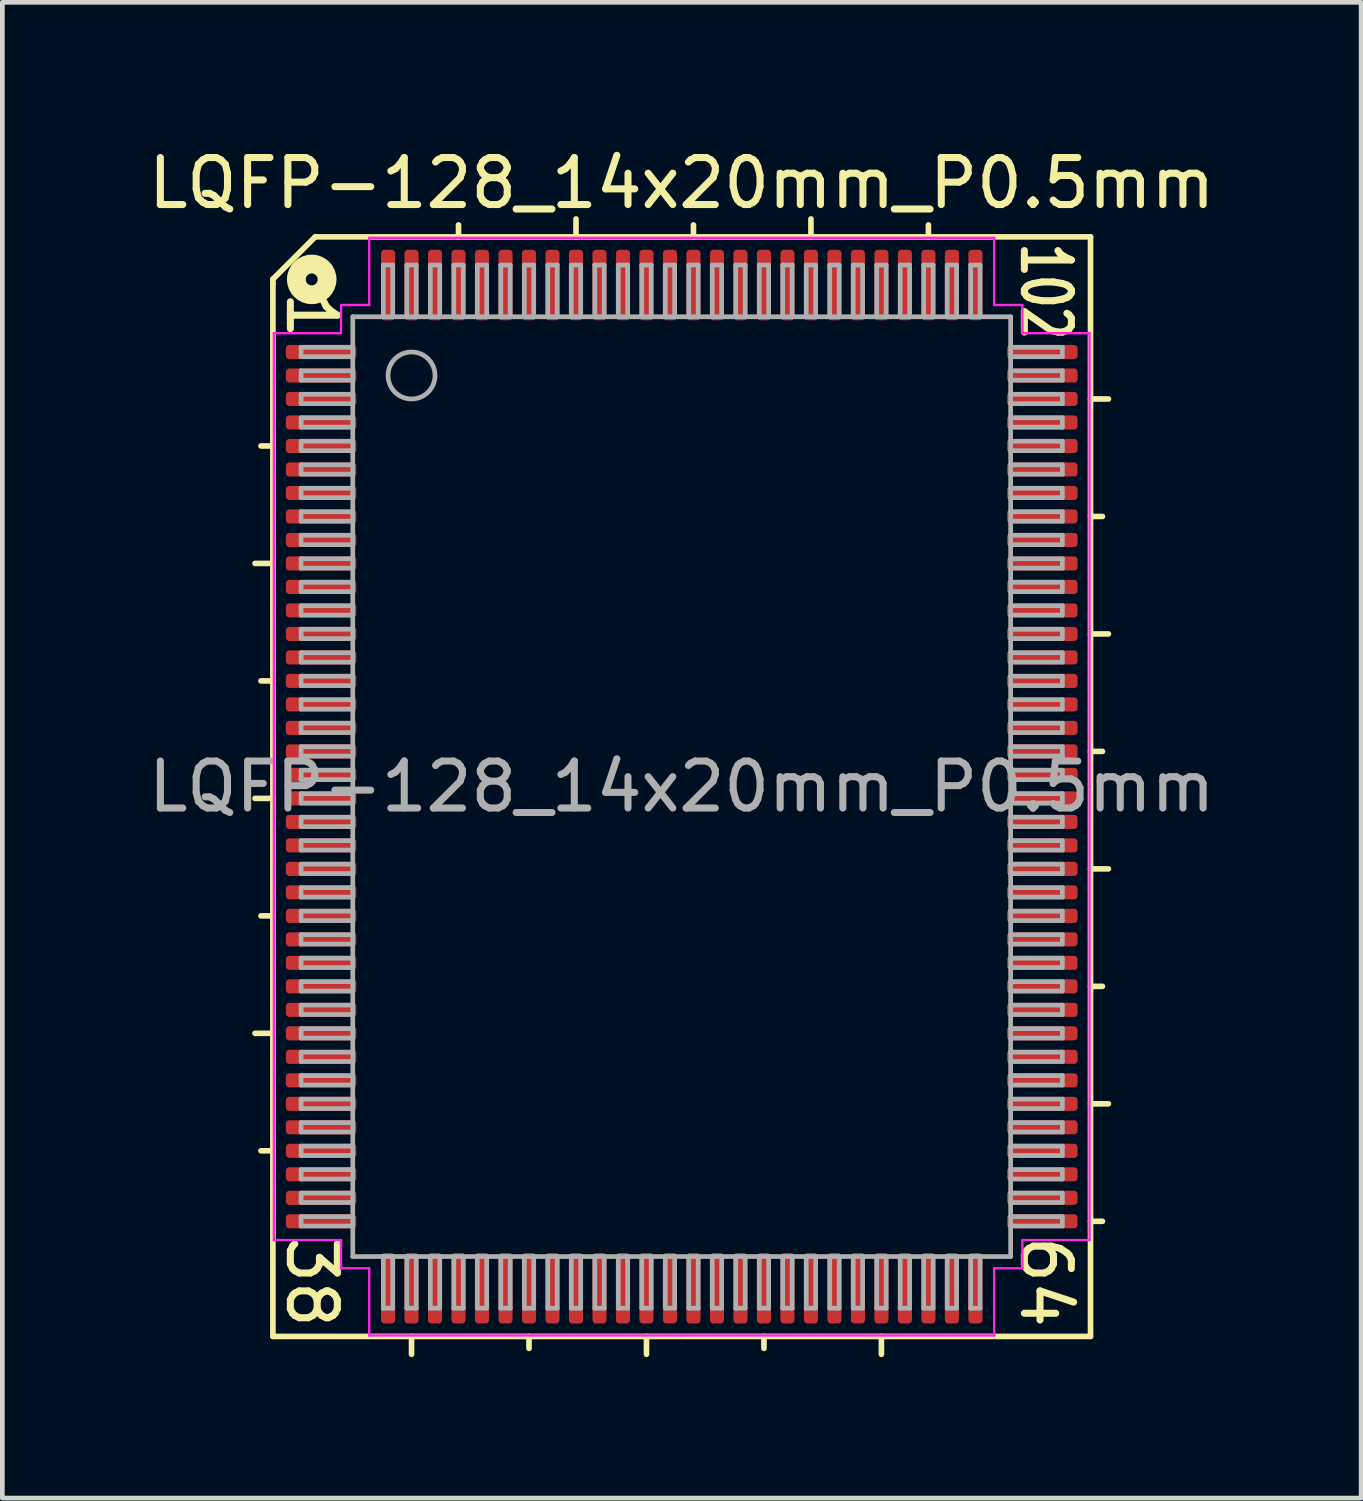
<source format=kicad_pcb>
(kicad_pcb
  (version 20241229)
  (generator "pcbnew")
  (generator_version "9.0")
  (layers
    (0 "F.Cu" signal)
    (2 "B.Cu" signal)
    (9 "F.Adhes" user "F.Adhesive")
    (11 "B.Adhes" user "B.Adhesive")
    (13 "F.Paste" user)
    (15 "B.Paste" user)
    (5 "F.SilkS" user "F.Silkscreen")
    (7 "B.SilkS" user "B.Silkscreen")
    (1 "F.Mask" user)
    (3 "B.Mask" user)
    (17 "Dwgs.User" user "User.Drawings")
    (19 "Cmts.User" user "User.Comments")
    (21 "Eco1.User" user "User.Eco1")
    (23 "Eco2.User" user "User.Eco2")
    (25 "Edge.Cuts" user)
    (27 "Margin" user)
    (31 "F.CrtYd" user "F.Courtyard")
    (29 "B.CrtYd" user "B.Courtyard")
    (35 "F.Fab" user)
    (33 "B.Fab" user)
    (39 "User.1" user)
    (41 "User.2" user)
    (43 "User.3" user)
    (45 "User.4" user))
  (footprint "LQFP-128_14x20mm_P0.5mm"
    (layer "F.Cu")
    (at 11.458 13.691)
    (property "Reference" "LQFP-128_14x20mm_P0.5mm" (at 0 -12.843 0) (layer "F.SilkS") (effects (font (size 1 1) (thickness 0.15))))
    (attr smd)
    (fp_line (start -9.081 -4.75) (end -8.7 -4.75) (stroke (width 0.12) (type solid)) (layer "F.SilkS"))
    (fp_line (start -9.081 0.25) (end -8.7 0.25) (stroke (width 0.12) (type solid)) (layer "F.SilkS"))
    (fp_line (start -9.081 5.25) (end -8.7 5.25) (stroke (width 0.12) (type solid)) (layer "F.SilkS"))
    (fp_line (start -8.954 -2.25) (end -8.7 -2.25) (stroke (width 0.12) (type solid)) (layer "F.SilkS"))
    (fp_line (start -8.954 2.75) (end -8.7 2.75) (stroke (width 0.12) (type solid)) (layer "F.SilkS"))
    (fp_line (start -8.954 7.75) (end -8.7 7.75) (stroke (width 0.12) (type solid)) (layer "F.SilkS"))
    (fp_line (start -8.7 -10.8) (end -8.7 -10.7) (stroke (width 0.12) (type solid)) (layer "F.SilkS"))
    (fp_line (start -8.7 -10.7) (end -8.7 11.7) (stroke (width 0.12) (type solid)) (layer "F.SilkS"))
    (fp_line (start -8.7 -7.25) (end -8.954 -7.25) (stroke (width 0.12) (type solid)) (layer "F.SilkS"))
    (fp_line (start -8.7 11.7) (end 8.7 11.7) (stroke (width 0.12) (type solid)) (layer "F.SilkS"))
    (fp_line (start -7.8 -11.7) (end -8.7 -10.8) (stroke (width 0.12) (type solid)) (layer "F.SilkS"))
    (fp_line (start -5.75 12.081) (end -5.75 11.7) (stroke (width 0.12) (type solid)) (layer "F.SilkS"))
    (fp_line (start -4.75 -11.954) (end -4.75 -11.7) (stroke (width 0.12) (type solid)) (layer "F.SilkS"))
    (fp_line (start -3.25 11.954) (end -3.25 11.7) (stroke (width 0.12) (type solid)) (layer "F.SilkS"))
    (fp_line (start -2.25 -12.081) (end -2.25 -11.7) (stroke (width 0.12) (type solid)) (layer "F.SilkS"))
    (fp_line (start -0.75 12.081) (end -0.75 11.7) (stroke (width 0.12) (type solid)) (layer "F.SilkS"))
    (fp_line (start 0.25 -11.954) (end 0.25 -11.7) (stroke (width 0.12) (type solid)) (layer "F.SilkS"))
    (fp_line (start 1.75 11.954) (end 1.75 11.7) (stroke (width 0.12) (type solid)) (layer "F.SilkS"))
    (fp_line (start 2.75 -12.081) (end 2.75 -11.7) (stroke (width 0.12) (type solid)) (layer "F.SilkS"))
    (fp_line (start 4.25 12.081) (end 4.25 11.7) (stroke (width 0.12) (type solid)) (layer "F.SilkS"))
    (fp_line (start 5.25 -11.954) (end 5.25 -11.7) (stroke (width 0.12) (type solid)) (layer "F.SilkS"))
    (fp_line (start 8.7 -11.7) (end -7.8 -11.7) (stroke (width 0.12) (type solid)) (layer "F.SilkS"))
    (fp_line (start 8.7 11.7) (end 8.7 -11.7) (stroke (width 0.12) (type solid)) (layer "F.SilkS"))
    (fp_line (start 8.954 -5.75) (end 8.7 -5.75) (stroke (width 0.12) (type solid)) (layer "F.SilkS"))
    (fp_line (start 8.954 -0.75) (end 8.7 -0.75) (stroke (width 0.12) (type solid)) (layer "F.SilkS"))
    (fp_line (start 8.954 4.25) (end 8.7 4.25) (stroke (width 0.12) (type solid)) (layer "F.SilkS"))
    (fp_line (start 8.954 9.25) (end 8.7 9.25) (stroke (width 0.12) (type solid)) (layer "F.SilkS"))
    (fp_line (start 9.081 -8.25) (end 8.7 -8.25) (stroke (width 0.12) (type solid)) (layer "F.SilkS"))
    (fp_line (start 9.081 -3.25) (end 8.7 -3.25) (stroke (width 0.12) (type solid)) (layer "F.SilkS"))
    (fp_line (start 9.081 1.75) (end 8.7 1.75) (stroke (width 0.12) (type solid)) (layer "F.SilkS"))
    (fp_line (start 9.081 6.75) (end 8.7 6.75) (stroke (width 0.12) (type solid)) (layer "F.SilkS"))
    (fp_circle (center -7.874 -10.795) (end -7.747 -10.795) (stroke (width 0.4) (type solid)) (fill no) (layer "F.SilkS"))
    (fp_line (start -8.68 -9.65) (end -8.68 0) (stroke (width 0.05) (type solid)) (layer "F.CrtYd"))
    (fp_line (start -8.68 9.65) (end -8.68 0) (stroke (width 0.05) (type solid)) (layer "F.CrtYd"))
    (fp_line (start -7.25 -10.25) (end -7.25 -9.65) (stroke (width 0.05) (type solid)) (layer "F.CrtYd"))
    (fp_line (start -7.25 -9.65) (end -8.68 -9.65) (stroke (width 0.05) (type solid)) (layer "F.CrtYd"))
    (fp_line (start -7.25 9.65) (end -8.68 9.65) (stroke (width 0.05) (type solid)) (layer "F.CrtYd"))
    (fp_line (start -7.25 10.25) (end -7.25 9.65) (stroke (width 0.05) (type solid)) (layer "F.CrtYd"))
    (fp_line (start -6.65 -11.68) (end -6.65 -10.25) (stroke (width 0.05) (type solid)) (layer "F.CrtYd"))
    (fp_line (start -6.65 -10.25) (end -7.25 -10.25) (stroke (width 0.05) (type solid)) (layer "F.CrtYd"))
    (fp_line (start -6.65 10.25) (end -7.25 10.25) (stroke (width 0.05) (type solid)) (layer "F.CrtYd"))
    (fp_line (start -6.65 11.68) (end -6.65 10.25) (stroke (width 0.05) (type solid)) (layer "F.CrtYd"))
    (fp_line (start 0 -11.68) (end -6.65 -11.68) (stroke (width 0.05) (type solid)) (layer "F.CrtYd"))
    (fp_line (start 0 -11.68) (end 6.65 -11.68) (stroke (width 0.05) (type solid)) (layer "F.CrtYd"))
    (fp_line (start 0 11.68) (end -6.65 11.68) (stroke (width 0.05) (type solid)) (layer "F.CrtYd"))
    (fp_line (start 0 11.68) (end 6.65 11.68) (stroke (width 0.05) (type solid)) (layer "F.CrtYd"))
    (fp_line (start 6.65 -11.68) (end 6.65 -10.25) (stroke (width 0.05) (type solid)) (layer "F.CrtYd"))
    (fp_line (start 6.65 -10.25) (end 7.25 -10.25) (stroke (width 0.05) (type solid)) (layer "F.CrtYd"))
    (fp_line (start 6.65 10.25) (end 7.25 10.25) (stroke (width 0.05) (type solid)) (layer "F.CrtYd"))
    (fp_line (start 6.65 11.68) (end 6.65 10.25) (stroke (width 0.05) (type solid)) (layer "F.CrtYd"))
    (fp_line (start 7.25 -10.25) (end 7.25 -9.65) (stroke (width 0.05) (type solid)) (layer "F.CrtYd"))
    (fp_line (start 7.25 -9.65) (end 8.68 -9.65) (stroke (width 0.05) (type solid)) (layer "F.CrtYd"))
    (fp_line (start 7.25 9.65) (end 8.68 9.65) (stroke (width 0.05) (type solid)) (layer "F.CrtYd"))
    (fp_line (start 7.25 10.25) (end 7.25 9.65) (stroke (width 0.05) (type solid)) (layer "F.CrtYd"))
    (fp_line (start 8.68 -9.65) (end 8.68 0) (stroke (width 0.05) (type solid)) (layer "F.CrtYd"))
    (fp_line (start 8.68 9.65) (end 8.68 0) (stroke (width 0.05) (type solid)) (layer "F.CrtYd"))
    (fp_line (start -8.1 -9.35) (end -8.1 -9.15) (stroke (width 0.1) (type solid)) (layer "F.Fab"))
    (fp_line (start -8.1 -9.35) (end -7 -9.35) (stroke (width 0.1) (type solid)) (layer "F.Fab"))
    (fp_line (start -8.1 -9.15) (end -7 -9.15) (stroke (width 0.1) (type solid)) (layer "F.Fab"))
    (fp_line (start -8.1 -8.85) (end -8.1 -8.65) (stroke (width 0.1) (type solid)) (layer "F.Fab"))
    (fp_line (start -8.1 -8.85) (end -7 -8.85) (stroke (width 0.1) (type solid)) (layer "F.Fab"))
    (fp_line (start -8.1 -8.65) (end -7 -8.65) (stroke (width 0.1) (type solid)) (layer "F.Fab"))
    (fp_line (start -8.1 -8.35) (end -8.1 -8.15) (stroke (width 0.1) (type solid)) (layer "F.Fab"))
    (fp_line (start -8.1 -8.35) (end -7 -8.35) (stroke (width 0.1) (type solid)) (layer "F.Fab"))
    (fp_line (start -8.1 -8.15) (end -7 -8.15) (stroke (width 0.1) (type solid)) (layer "F.Fab"))
    (fp_line (start -8.1 -7.85) (end -8.1 -7.65) (stroke (width 0.1) (type solid)) (layer "F.Fab"))
    (fp_line (start -8.1 -7.85) (end -7 -7.85) (stroke (width 0.1) (type solid)) (layer "F.Fab"))
    (fp_line (start -8.1 -7.65) (end -7 -7.65) (stroke (width 0.1) (type solid)) (layer "F.Fab"))
    (fp_line (start -8.1 -7.35) (end -8.1 -7.15) (stroke (width 0.1) (type solid)) (layer "F.Fab"))
    (fp_line (start -8.1 -7.35) (end -7 -7.35) (stroke (width 0.1) (type solid)) (layer "F.Fab"))
    (fp_line (start -8.1 -7.15) (end -7 -7.15) (stroke (width 0.1) (type solid)) (layer "F.Fab"))
    (fp_line (start -8.1 -6.85) (end -8.1 -6.65) (stroke (width 0.1) (type solid)) (layer "F.Fab"))
    (fp_line (start -8.1 -6.85) (end -7 -6.85) (stroke (width 0.1) (type solid)) (layer "F.Fab"))
    (fp_line (start -8.1 -6.65) (end -7 -6.65) (stroke (width 0.1) (type solid)) (layer "F.Fab"))
    (fp_line (start -8.1 -6.35) (end -8.1 -6.15) (stroke (width 0.1) (type solid)) (layer "F.Fab"))
    (fp_line (start -8.1 -6.35) (end -7 -6.35) (stroke (width 0.1) (type solid)) (layer "F.Fab"))
    (fp_line (start -8.1 -6.15) (end -7 -6.15) (stroke (width 0.1) (type solid)) (layer "F.Fab"))
    (fp_line (start -8.1 -5.85) (end -8.1 -5.65) (stroke (width 0.1) (type solid)) (layer "F.Fab"))
    (fp_line (start -8.1 -5.85) (end -7 -5.85) (stroke (width 0.1) (type solid)) (layer "F.Fab"))
    (fp_line (start -8.1 -5.65) (end -7 -5.65) (stroke (width 0.1) (type solid)) (layer "F.Fab"))
    (fp_line (start -8.1 -5.35) (end -8.1 -5.15) (stroke (width 0.1) (type solid)) (layer "F.Fab"))
    (fp_line (start -8.1 -5.35) (end -7 -5.35) (stroke (width 0.1) (type solid)) (layer "F.Fab"))
    (fp_line (start -8.1 -5.15) (end -7 -5.15) (stroke (width 0.1) (type solid)) (layer "F.Fab"))
    (fp_line (start -8.1 -4.85) (end -8.1 -4.65) (stroke (width 0.1) (type solid)) (layer "F.Fab"))
    (fp_line (start -8.1 -4.85) (end -7 -4.85) (stroke (width 0.1) (type solid)) (layer "F.Fab"))
    (fp_line (start -8.1 -4.65) (end -7 -4.65) (stroke (width 0.1) (type solid)) (layer "F.Fab"))
    (fp_line (start -8.1 -4.35) (end -8.1 -4.15) (stroke (width 0.1) (type solid)) (layer "F.Fab"))
    (fp_line (start -8.1 -4.35) (end -7 -4.35) (stroke (width 0.1) (type solid)) (layer "F.Fab"))
    (fp_line (start -8.1 -4.15) (end -7 -4.15) (stroke (width 0.1) (type solid)) (layer "F.Fab"))
    (fp_line (start -8.1 -3.85) (end -8.1 -3.65) (stroke (width 0.1) (type solid)) (layer "F.Fab"))
    (fp_line (start -8.1 -3.85) (end -7 -3.85) (stroke (width 0.1) (type solid)) (layer "F.Fab"))
    (fp_line (start -8.1 -3.65) (end -7 -3.65) (stroke (width 0.1) (type solid)) (layer "F.Fab"))
    (fp_line (start -8.1 -3.35) (end -8.1 -3.15) (stroke (width 0.1) (type solid)) (layer "F.Fab"))
    (fp_line (start -8.1 -3.35) (end -7 -3.35) (stroke (width 0.1) (type solid)) (layer "F.Fab"))
    (fp_line (start -8.1 -3.15) (end -7 -3.15) (stroke (width 0.1) (type solid)) (layer "F.Fab"))
    (fp_line (start -8.1 -2.85) (end -8.1 -2.65) (stroke (width 0.1) (type solid)) (layer "F.Fab"))
    (fp_line (start -8.1 -2.85) (end -7 -2.85) (stroke (width 0.1) (type solid)) (layer "F.Fab"))
    (fp_line (start -8.1 -2.65) (end -7 -2.65) (stroke (width 0.1) (type solid)) (layer "F.Fab"))
    (fp_line (start -8.1 -2.35) (end -8.1 -2.15) (stroke (width 0.1) (type solid)) (layer "F.Fab"))
    (fp_line (start -8.1 -2.35) (end -7 -2.35) (stroke (width 0.1) (type solid)) (layer "F.Fab"))
    (fp_line (start -8.1 -2.15) (end -7 -2.15) (stroke (width 0.1) (type solid)) (layer "F.Fab"))
    (fp_line (start -8.1 -1.85) (end -8.1 -1.65) (stroke (width 0.1) (type solid)) (layer "F.Fab"))
    (fp_line (start -8.1 -1.85) (end -7 -1.85) (stroke (width 0.1) (type solid)) (layer "F.Fab"))
    (fp_line (start -8.1 -1.65) (end -7 -1.65) (stroke (width 0.1) (type solid)) (layer "F.Fab"))
    (fp_line (start -8.1 -1.35) (end -8.1 -1.15) (stroke (width 0.1) (type solid)) (layer "F.Fab"))
    (fp_line (start -8.1 -1.35) (end -7 -1.35) (stroke (width 0.1) (type solid)) (layer "F.Fab"))
    (fp_line (start -8.1 -1.15) (end -7 -1.15) (stroke (width 0.1) (type solid)) (layer "F.Fab"))
    (fp_line (start -8.1 -0.85) (end -8.1 -0.65) (stroke (width 0.1) (type solid)) (layer "F.Fab"))
    (fp_line (start -8.1 -0.85) (end -7 -0.85) (stroke (width 0.1) (type solid)) (layer "F.Fab"))
    (fp_line (start -8.1 -0.65) (end -7 -0.65) (stroke (width 0.1) (type solid)) (layer "F.Fab"))
    (fp_line (start -8.1 -0.35) (end -8.1 -0.15) (stroke (width 0.1) (type solid)) (layer "F.Fab"))
    (fp_line (start -8.1 -0.35) (end -7 -0.35) (stroke (width 0.1) (type solid)) (layer "F.Fab"))
    (fp_line (start -8.1 -0.15) (end -7 -0.15) (stroke (width 0.1) (type solid)) (layer "F.Fab"))
    (fp_line (start -8.1 0.15) (end -8.1 0.35) (stroke (width 0.1) (type solid)) (layer "F.Fab"))
    (fp_line (start -8.1 0.15) (end -7 0.15) (stroke (width 0.1) (type solid)) (layer "F.Fab"))
    (fp_line (start -8.1 0.35) (end -7 0.35) (stroke (width 0.1) (type solid)) (layer "F.Fab"))
    (fp_line (start -8.1 0.65) (end -8.1 0.85) (stroke (width 0.1) (type solid)) (layer "F.Fab"))
    (fp_line (start -8.1 0.65) (end -7 0.65) (stroke (width 0.1) (type solid)) (layer "F.Fab"))
    (fp_line (start -8.1 0.85) (end -7 0.85) (stroke (width 0.1) (type solid)) (layer "F.Fab"))
    (fp_line (start -8.1 1.15) (end -8.1 1.35) (stroke (width 0.1) (type solid)) (layer "F.Fab"))
    (fp_line (start -8.1 1.15) (end -7 1.15) (stroke (width 0.1) (type solid)) (layer "F.Fab"))
    (fp_line (start -8.1 1.35) (end -7 1.35) (stroke (width 0.1) (type solid)) (layer "F.Fab"))
    (fp_line (start -8.1 1.65) (end -8.1 1.85) (stroke (width 0.1) (type solid)) (layer "F.Fab"))
    (fp_line (start -8.1 1.65) (end -7 1.65) (stroke (width 0.1) (type solid)) (layer "F.Fab"))
    (fp_line (start -8.1 1.85) (end -7 1.85) (stroke (width 0.1) (type solid)) (layer "F.Fab"))
    (fp_line (start -8.1 2.15) (end -8.1 2.35) (stroke (width 0.1) (type solid)) (layer "F.Fab"))
    (fp_line (start -8.1 2.15) (end -7 2.15) (stroke (width 0.1) (type solid)) (layer "F.Fab"))
    (fp_line (start -8.1 2.35) (end -7 2.35) (stroke (width 0.1) (type solid)) (layer "F.Fab"))
    (fp_line (start -8.1 2.65) (end -8.1 2.85) (stroke (width 0.1) (type solid)) (layer "F.Fab"))
    (fp_line (start -8.1 2.65) (end -7 2.65) (stroke (width 0.1) (type solid)) (layer "F.Fab"))
    (fp_line (start -8.1 2.85) (end -7 2.85) (stroke (width 0.1) (type solid)) (layer "F.Fab"))
    (fp_line (start -8.1 3.15) (end -8.1 3.35) (stroke (width 0.1) (type solid)) (layer "F.Fab"))
    (fp_line (start -8.1 3.15) (end -7 3.15) (stroke (width 0.1) (type solid)) (layer "F.Fab"))
    (fp_line (start -8.1 3.35) (end -7 3.35) (stroke (width 0.1) (type solid)) (layer "F.Fab"))
    (fp_line (start -8.1 3.65) (end -8.1 3.85) (stroke (width 0.1) (type solid)) (layer "F.Fab"))
    (fp_line (start -8.1 3.65) (end -7 3.65) (stroke (width 0.1) (type solid)) (layer "F.Fab"))
    (fp_line (start -8.1 3.85) (end -7 3.85) (stroke (width 0.1) (type solid)) (layer "F.Fab"))
    (fp_line (start -8.1 4.15) (end -8.1 4.35) (stroke (width 0.1) (type solid)) (layer "F.Fab"))
    (fp_line (start -8.1 4.15) (end -7 4.15) (stroke (width 0.1) (type solid)) (layer "F.Fab"))
    (fp_line (start -8.1 4.35) (end -7 4.35) (stroke (width 0.1) (type solid)) (layer "F.Fab"))
    (fp_line (start -8.1 4.65) (end -8.1 4.85) (stroke (width 0.1) (type solid)) (layer "F.Fab"))
    (fp_line (start -8.1 4.65) (end -7 4.65) (stroke (width 0.1) (type solid)) (layer "F.Fab"))
    (fp_line (start -8.1 4.85) (end -7 4.85) (stroke (width 0.1) (type solid)) (layer "F.Fab"))
    (fp_line (start -8.1 5.15) (end -8.1 5.35) (stroke (width 0.1) (type solid)) (layer "F.Fab"))
    (fp_line (start -8.1 5.15) (end -7 5.15) (stroke (width 0.1) (type solid)) (layer "F.Fab"))
    (fp_line (start -8.1 5.35) (end -7 5.35) (stroke (width 0.1) (type solid)) (layer "F.Fab"))
    (fp_line (start -8.1 5.65) (end -8.1 5.85) (stroke (width 0.1) (type solid)) (layer "F.Fab"))
    (fp_line (start -8.1 5.65) (end -7 5.65) (stroke (width 0.1) (type solid)) (layer "F.Fab"))
    (fp_line (start -8.1 5.85) (end -7 5.85) (stroke (width 0.1) (type solid)) (layer "F.Fab"))
    (fp_line (start -8.1 6.15) (end -8.1 6.35) (stroke (width 0.1) (type solid)) (layer "F.Fab"))
    (fp_line (start -8.1 6.15) (end -7 6.15) (stroke (width 0.1) (type solid)) (layer "F.Fab"))
    (fp_line (start -8.1 6.35) (end -7 6.35) (stroke (width 0.1) (type solid)) (layer "F.Fab"))
    (fp_line (start -8.1 6.65) (end -8.1 6.85) (stroke (width 0.1) (type solid)) (layer "F.Fab"))
    (fp_line (start -8.1 6.65) (end -7 6.65) (stroke (width 0.1) (type solid)) (layer "F.Fab"))
    (fp_line (start -8.1 6.85) (end -7 6.85) (stroke (width 0.1) (type solid)) (layer "F.Fab"))
    (fp_line (start -8.1 7.15) (end -8.1 7.35) (stroke (width 0.1) (type solid)) (layer "F.Fab"))
    (fp_line (start -8.1 7.15) (end -7 7.15) (stroke (width 0.1) (type solid)) (layer "F.Fab"))
    (fp_line (start -8.1 7.35) (end -7 7.35) (stroke (width 0.1) (type solid)) (layer "F.Fab"))
    (fp_line (start -8.1 7.65) (end -8.1 7.85) (stroke (width 0.1) (type solid)) (layer "F.Fab"))
    (fp_line (start -8.1 7.65) (end -7 7.65) (stroke (width 0.1) (type solid)) (layer "F.Fab"))
    (fp_line (start -8.1 7.85) (end -7 7.85) (stroke (width 0.1) (type solid)) (layer "F.Fab"))
    (fp_line (start -8.1 8.15) (end -8.1 8.35) (stroke (width 0.1) (type solid)) (layer "F.Fab"))
    (fp_line (start -8.1 8.15) (end -7 8.15) (stroke (width 0.1) (type solid)) (layer "F.Fab"))
    (fp_line (start -8.1 8.35) (end -7 8.35) (stroke (width 0.1) (type solid)) (layer "F.Fab"))
    (fp_line (start -8.1 8.65) (end -8.1 8.85) (stroke (width 0.1) (type solid)) (layer "F.Fab"))
    (fp_line (start -8.1 8.65) (end -7 8.65) (stroke (width 0.1) (type solid)) (layer "F.Fab"))
    (fp_line (start -8.1 8.85) (end -7 8.85) (stroke (width 0.1) (type solid)) (layer "F.Fab"))
    (fp_line (start -8.1 9.15) (end -8.1 9.35) (stroke (width 0.1) (type solid)) (layer "F.Fab"))
    (fp_line (start -8.1 9.15) (end -7 9.15) (stroke (width 0.1) (type solid)) (layer "F.Fab"))
    (fp_line (start -8.1 9.35) (end -7 9.35) (stroke (width 0.1) (type solid)) (layer "F.Fab"))
    (fp_line (start -7 -10) (end 7 -10) (stroke (width 0.1) (type solid)) (layer "F.Fab"))
    (fp_line (start -7 10) (end -7 -10) (stroke (width 0.1) (type solid)) (layer "F.Fab"))
    (fp_line (start -6.35 -11.1) (end -6.35 -10) (stroke (width 0.1) (type solid)) (layer "F.Fab"))
    (fp_line (start -6.35 11.1) (end -6.35 10) (stroke (width 0.1) (type solid)) (layer "F.Fab"))
    (fp_line (start -6.35 11.1) (end -6.15 11.1) (stroke (width 0.1) (type solid)) (layer "F.Fab"))
    (fp_line (start -6.15 -11.1) (end -6.35 -11.1) (stroke (width 0.1) (type solid)) (layer "F.Fab"))
    (fp_line (start -6.15 -11.1) (end -6.15 -10) (stroke (width 0.1) (type solid)) (layer "F.Fab"))
    (fp_line (start -6.15 11.1) (end -6.15 10) (stroke (width 0.1) (type solid)) (layer "F.Fab"))
    (fp_line (start -5.85 -11.1) (end -5.85 -10) (stroke (width 0.1) (type solid)) (layer "F.Fab"))
    (fp_line (start -5.85 11.1) (end -5.85 10) (stroke (width 0.1) (type solid)) (layer "F.Fab"))
    (fp_line (start -5.85 11.1) (end -5.65 11.1) (stroke (width 0.1) (type solid)) (layer "F.Fab"))
    (fp_line (start -5.65 -11.1) (end -5.85 -11.1) (stroke (width 0.1) (type solid)) (layer "F.Fab"))
    (fp_line (start -5.65 -11.1) (end -5.65 -10) (stroke (width 0.1) (type solid)) (layer "F.Fab"))
    (fp_line (start -5.65 11.1) (end -5.65 10) (stroke (width 0.1) (type solid)) (layer "F.Fab"))
    (fp_line (start -5.35 -11.1) (end -5.35 -10) (stroke (width 0.1) (type solid)) (layer "F.Fab"))
    (fp_line (start -5.35 11.1) (end -5.35 10) (stroke (width 0.1) (type solid)) (layer "F.Fab"))
    (fp_line (start -5.35 11.1) (end -5.15 11.1) (stroke (width 0.1) (type solid)) (layer "F.Fab"))
    (fp_line (start -5.15 -11.1) (end -5.35 -11.1) (stroke (width 0.1) (type solid)) (layer "F.Fab"))
    (fp_line (start -5.15 -11.1) (end -5.15 -10) (stroke (width 0.1) (type solid)) (layer "F.Fab"))
    (fp_line (start -5.15 11.1) (end -5.15 10) (stroke (width 0.1) (type solid)) (layer "F.Fab"))
    (fp_line (start -4.85 -11.1) (end -4.85 -10) (stroke (width 0.1) (type solid)) (layer "F.Fab"))
    (fp_line (start -4.85 11.1) (end -4.85 10) (stroke (width 0.1) (type solid)) (layer "F.Fab"))
    (fp_line (start -4.85 11.1) (end -4.65 11.1) (stroke (width 0.1) (type solid)) (layer "F.Fab"))
    (fp_line (start -4.65 -11.1) (end -4.85 -11.1) (stroke (width 0.1) (type solid)) (layer "F.Fab"))
    (fp_line (start -4.65 -11.1) (end -4.65 -10) (stroke (width 0.1) (type solid)) (layer "F.Fab"))
    (fp_line (start -4.65 11.1) (end -4.65 10) (stroke (width 0.1) (type solid)) (layer "F.Fab"))
    (fp_line (start -4.35 -11.1) (end -4.35 -10) (stroke (width 0.1) (type solid)) (layer "F.Fab"))
    (fp_line (start -4.35 11.1) (end -4.35 10) (stroke (width 0.1) (type solid)) (layer "F.Fab"))
    (fp_line (start -4.35 11.1) (end -4.15 11.1) (stroke (width 0.1) (type solid)) (layer "F.Fab"))
    (fp_line (start -4.15 -11.1) (end -4.35 -11.1) (stroke (width 0.1) (type solid)) (layer "F.Fab"))
    (fp_line (start -4.15 -11.1) (end -4.15 -10) (stroke (width 0.1) (type solid)) (layer "F.Fab"))
    (fp_line (start -4.15 11.1) (end -4.15 10) (stroke (width 0.1) (type solid)) (layer "F.Fab"))
    (fp_line (start -3.85 -11.1) (end -3.85 -10) (stroke (width 0.1) (type solid)) (layer "F.Fab"))
    (fp_line (start -3.85 11.1) (end -3.85 10) (stroke (width 0.1) (type solid)) (layer "F.Fab"))
    (fp_line (start -3.85 11.1) (end -3.65 11.1) (stroke (width 0.1) (type solid)) (layer "F.Fab"))
    (fp_line (start -3.65 -11.1) (end -3.85 -11.1) (stroke (width 0.1) (type solid)) (layer "F.Fab"))
    (fp_line (start -3.65 -11.1) (end -3.65 -10) (stroke (width 0.1) (type solid)) (layer "F.Fab"))
    (fp_line (start -3.65 11.1) (end -3.65 10) (stroke (width 0.1) (type solid)) (layer "F.Fab"))
    (fp_line (start -3.35 -11.1) (end -3.35 -10) (stroke (width 0.1) (type solid)) (layer "F.Fab"))
    (fp_line (start -3.35 11.1) (end -3.35 10) (stroke (width 0.1) (type solid)) (layer "F.Fab"))
    (fp_line (start -3.35 11.1) (end -3.15 11.1) (stroke (width 0.1) (type solid)) (layer "F.Fab"))
    (fp_line (start -3.15 -11.1) (end -3.35 -11.1) (stroke (width 0.1) (type solid)) (layer "F.Fab"))
    (fp_line (start -3.15 -11.1) (end -3.15 -10) (stroke (width 0.1) (type solid)) (layer "F.Fab"))
    (fp_line (start -3.15 11.1) (end -3.15 10) (stroke (width 0.1) (type solid)) (layer "F.Fab"))
    (fp_line (start -2.85 -11.1) (end -2.85 -10) (stroke (width 0.1) (type solid)) (layer "F.Fab"))
    (fp_line (start -2.85 11.1) (end -2.85 10) (stroke (width 0.1) (type solid)) (layer "F.Fab"))
    (fp_line (start -2.85 11.1) (end -2.65 11.1) (stroke (width 0.1) (type solid)) (layer "F.Fab"))
    (fp_line (start -2.65 -11.1) (end -2.85 -11.1) (stroke (width 0.1) (type solid)) (layer "F.Fab"))
    (fp_line (start -2.65 -11.1) (end -2.65 -10) (stroke (width 0.1) (type solid)) (layer "F.Fab"))
    (fp_line (start -2.65 11.1) (end -2.65 10) (stroke (width 0.1) (type solid)) (layer "F.Fab"))
    (fp_line (start -2.35 -11.1) (end -2.35 -10) (stroke (width 0.1) (type solid)) (layer "F.Fab"))
    (fp_line (start -2.35 11.1) (end -2.35 10) (stroke (width 0.1) (type solid)) (layer "F.Fab"))
    (fp_line (start -2.35 11.1) (end -2.15 11.1) (stroke (width 0.1) (type solid)) (layer "F.Fab"))
    (fp_line (start -2.15 -11.1) (end -2.35 -11.1) (stroke (width 0.1) (type solid)) (layer "F.Fab"))
    (fp_line (start -2.15 -11.1) (end -2.15 -10) (stroke (width 0.1) (type solid)) (layer "F.Fab"))
    (fp_line (start -2.15 11.1) (end -2.15 10) (stroke (width 0.1) (type solid)) (layer "F.Fab"))
    (fp_line (start -1.85 -11.1) (end -1.85 -10) (stroke (width 0.1) (type solid)) (layer "F.Fab"))
    (fp_line (start -1.85 11.1) (end -1.85 10) (stroke (width 0.1) (type solid)) (layer "F.Fab"))
    (fp_line (start -1.85 11.1) (end -1.65 11.1) (stroke (width 0.1) (type solid)) (layer "F.Fab"))
    (fp_line (start -1.65 -11.1) (end -1.85 -11.1) (stroke (width 0.1) (type solid)) (layer "F.Fab"))
    (fp_line (start -1.65 -11.1) (end -1.65 -10) (stroke (width 0.1) (type solid)) (layer "F.Fab"))
    (fp_line (start -1.65 11.1) (end -1.65 10) (stroke (width 0.1) (type solid)) (layer "F.Fab"))
    (fp_line (start -1.35 -11.1) (end -1.35 -10) (stroke (width 0.1) (type solid)) (layer "F.Fab"))
    (fp_line (start -1.35 11.1) (end -1.35 10) (stroke (width 0.1) (type solid)) (layer "F.Fab"))
    (fp_line (start -1.35 11.1) (end -1.15 11.1) (stroke (width 0.1) (type solid)) (layer "F.Fab"))
    (fp_line (start -1.15 -11.1) (end -1.35 -11.1) (stroke (width 0.1) (type solid)) (layer "F.Fab"))
    (fp_line (start -1.15 -11.1) (end -1.15 -10) (stroke (width 0.1) (type solid)) (layer "F.Fab"))
    (fp_line (start -1.15 11.1) (end -1.15 10) (stroke (width 0.1) (type solid)) (layer "F.Fab"))
    (fp_line (start -0.85 -11.1) (end -0.85 -10) (stroke (width 0.1) (type solid)) (layer "F.Fab"))
    (fp_line (start -0.85 11.1) (end -0.85 10) (stroke (width 0.1) (type solid)) (layer "F.Fab"))
    (fp_line (start -0.85 11.1) (end -0.65 11.1) (stroke (width 0.1) (type solid)) (layer "F.Fab"))
    (fp_line (start -0.65 -11.1) (end -0.85 -11.1) (stroke (width 0.1) (type solid)) (layer "F.Fab"))
    (fp_line (start -0.65 -11.1) (end -0.65 -10) (stroke (width 0.1) (type solid)) (layer "F.Fab"))
    (fp_line (start -0.65 11.1) (end -0.65 10) (stroke (width 0.1) (type solid)) (layer "F.Fab"))
    (fp_line (start -0.35 -11.1) (end -0.35 -10) (stroke (width 0.1) (type solid)) (layer "F.Fab"))
    (fp_line (start -0.35 11.1) (end -0.35 10) (stroke (width 0.1) (type solid)) (layer "F.Fab"))
    (fp_line (start -0.35 11.1) (end -0.15 11.1) (stroke (width 0.1) (type solid)) (layer "F.Fab"))
    (fp_line (start -0.15 -11.1) (end -0.35 -11.1) (stroke (width 0.1) (type solid)) (layer "F.Fab"))
    (fp_line (start -0.15 -11.1) (end -0.15 -10) (stroke (width 0.1) (type solid)) (layer "F.Fab"))
    (fp_line (start -0.15 11.1) (end -0.15 10) (stroke (width 0.1) (type solid)) (layer "F.Fab"))
    (fp_line (start 0.15 -11.1) (end 0.15 -10) (stroke (width 0.1) (type solid)) (layer "F.Fab"))
    (fp_line (start 0.15 11.1) (end 0.15 10) (stroke (width 0.1) (type solid)) (layer "F.Fab"))
    (fp_line (start 0.15 11.1) (end 0.35 11.1) (stroke (width 0.1) (type solid)) (layer "F.Fab"))
    (fp_line (start 0.35 -11.1) (end 0.15 -11.1) (stroke (width 0.1) (type solid)) (layer "F.Fab"))
    (fp_line (start 0.35 -11.1) (end 0.35 -10) (stroke (width 0.1) (type solid)) (layer "F.Fab"))
    (fp_line (start 0.35 11.1) (end 0.35 10) (stroke (width 0.1) (type solid)) (layer "F.Fab"))
    (fp_line (start 0.65 -11.1) (end 0.65 -10) (stroke (width 0.1) (type solid)) (layer "F.Fab"))
    (fp_line (start 0.65 11.1) (end 0.65 10) (stroke (width 0.1) (type solid)) (layer "F.Fab"))
    (fp_line (start 0.65 11.1) (end 0.85 11.1) (stroke (width 0.1) (type solid)) (layer "F.Fab"))
    (fp_line (start 0.85 -11.1) (end 0.65 -11.1) (stroke (width 0.1) (type solid)) (layer "F.Fab"))
    (fp_line (start 0.85 -11.1) (end 0.85 -10) (stroke (width 0.1) (type solid)) (layer "F.Fab"))
    (fp_line (start 0.85 11.1) (end 0.85 10) (stroke (width 0.1) (type solid)) (layer "F.Fab"))
    (fp_line (start 1.15 -11.1) (end 1.15 -10) (stroke (width 0.1) (type solid)) (layer "F.Fab"))
    (fp_line (start 1.15 11.1) (end 1.15 10) (stroke (width 0.1) (type solid)) (layer "F.Fab"))
    (fp_line (start 1.15 11.1) (end 1.35 11.1) (stroke (width 0.1) (type solid)) (layer "F.Fab"))
    (fp_line (start 1.35 -11.1) (end 1.15 -11.1) (stroke (width 0.1) (type solid)) (layer "F.Fab"))
    (fp_line (start 1.35 -11.1) (end 1.35 -10) (stroke (width 0.1) (type solid)) (layer "F.Fab"))
    (fp_line (start 1.35 11.1) (end 1.35 10) (stroke (width 0.1) (type solid)) (layer "F.Fab"))
    (fp_line (start 1.65 -11.1) (end 1.65 -10) (stroke (width 0.1) (type solid)) (layer "F.Fab"))
    (fp_line (start 1.65 11.1) (end 1.65 10) (stroke (width 0.1) (type solid)) (layer "F.Fab"))
    (fp_line (start 1.65 11.1) (end 1.85 11.1) (stroke (width 0.1) (type solid)) (layer "F.Fab"))
    (fp_line (start 1.85 -11.1) (end 1.65 -11.1) (stroke (width 0.1) (type solid)) (layer "F.Fab"))
    (fp_line (start 1.85 -11.1) (end 1.85 -10) (stroke (width 0.1) (type solid)) (layer "F.Fab"))
    (fp_line (start 1.85 11.1) (end 1.85 10) (stroke (width 0.1) (type solid)) (layer "F.Fab"))
    (fp_line (start 2.15 -11.1) (end 2.15 -10) (stroke (width 0.1) (type solid)) (layer "F.Fab"))
    (fp_line (start 2.15 11.1) (end 2.15 10) (stroke (width 0.1) (type solid)) (layer "F.Fab"))
    (fp_line (start 2.15 11.1) (end 2.35 11.1) (stroke (width 0.1) (type solid)) (layer "F.Fab"))
    (fp_line (start 2.35 -11.1) (end 2.15 -11.1) (stroke (width 0.1) (type solid)) (layer "F.Fab"))
    (fp_line (start 2.35 -11.1) (end 2.35 -10) (stroke (width 0.1) (type solid)) (layer "F.Fab"))
    (fp_line (start 2.35 11.1) (end 2.35 10) (stroke (width 0.1) (type solid)) (layer "F.Fab"))
    (fp_line (start 2.65 -11.1) (end 2.65 -10) (stroke (width 0.1) (type solid)) (layer "F.Fab"))
    (fp_line (start 2.65 11.1) (end 2.65 10) (stroke (width 0.1) (type solid)) (layer "F.Fab"))
    (fp_line (start 2.65 11.1) (end 2.85 11.1) (stroke (width 0.1) (type solid)) (layer "F.Fab"))
    (fp_line (start 2.85 -11.1) (end 2.65 -11.1) (stroke (width 0.1) (type solid)) (layer "F.Fab"))
    (fp_line (start 2.85 -11.1) (end 2.85 -10) (stroke (width 0.1) (type solid)) (layer "F.Fab"))
    (fp_line (start 2.85 11.1) (end 2.85 10) (stroke (width 0.1) (type solid)) (layer "F.Fab"))
    (fp_line (start 3.15 -11.1) (end 3.15 -10) (stroke (width 0.1) (type solid)) (layer "F.Fab"))
    (fp_line (start 3.15 11.1) (end 3.15 10) (stroke (width 0.1) (type solid)) (layer "F.Fab"))
    (fp_line (start 3.15 11.1) (end 3.35 11.1) (stroke (width 0.1) (type solid)) (layer "F.Fab"))
    (fp_line (start 3.35 -11.1) (end 3.15 -11.1) (stroke (width 0.1) (type solid)) (layer "F.Fab"))
    (fp_line (start 3.35 -11.1) (end 3.35 -10) (stroke (width 0.1) (type solid)) (layer "F.Fab"))
    (fp_line (start 3.35 11.1) (end 3.35 10) (stroke (width 0.1) (type solid)) (layer "F.Fab"))
    (fp_line (start 3.65 -11.1) (end 3.65 -10) (stroke (width 0.1) (type solid)) (layer "F.Fab"))
    (fp_line (start 3.65 11.1) (end 3.65 10) (stroke (width 0.1) (type solid)) (layer "F.Fab"))
    (fp_line (start 3.65 11.1) (end 3.85 11.1) (stroke (width 0.1) (type solid)) (layer "F.Fab"))
    (fp_line (start 3.85 -11.1) (end 3.65 -11.1) (stroke (width 0.1) (type solid)) (layer "F.Fab"))
    (fp_line (start 3.85 -11.1) (end 3.85 -10) (stroke (width 0.1) (type solid)) (layer "F.Fab"))
    (fp_line (start 3.85 11.1) (end 3.85 10) (stroke (width 0.1) (type solid)) (layer "F.Fab"))
    (fp_line (start 4.15 -11.1) (end 4.15 -10) (stroke (width 0.1) (type solid)) (layer "F.Fab"))
    (fp_line (start 4.15 11.1) (end 4.15 10) (stroke (width 0.1) (type solid)) (layer "F.Fab"))
    (fp_line (start 4.15 11.1) (end 4.35 11.1) (stroke (width 0.1) (type solid)) (layer "F.Fab"))
    (fp_line (start 4.35 -11.1) (end 4.15 -11.1) (stroke (width 0.1) (type solid)) (layer "F.Fab"))
    (fp_line (start 4.35 -11.1) (end 4.35 -10) (stroke (width 0.1) (type solid)) (layer "F.Fab"))
    (fp_line (start 4.35 11.1) (end 4.35 10) (stroke (width 0.1) (type solid)) (layer "F.Fab"))
    (fp_line (start 4.65 -11.1) (end 4.65 -10) (stroke (width 0.1) (type solid)) (layer "F.Fab"))
    (fp_line (start 4.65 11.1) (end 4.65 10) (stroke (width 0.1) (type solid)) (layer "F.Fab"))
    (fp_line (start 4.65 11.1) (end 4.85 11.1) (stroke (width 0.1) (type solid)) (layer "F.Fab"))
    (fp_line (start 4.85 -11.1) (end 4.65 -11.1) (stroke (width 0.1) (type solid)) (layer "F.Fab"))
    (fp_line (start 4.85 -11.1) (end 4.85 -10) (stroke (width 0.1) (type solid)) (layer "F.Fab"))
    (fp_line (start 4.85 11.1) (end 4.85 10) (stroke (width 0.1) (type solid)) (layer "F.Fab"))
    (fp_line (start 5.15 -11.1) (end 5.15 -10) (stroke (width 0.1) (type solid)) (layer "F.Fab"))
    (fp_line (start 5.15 11.1) (end 5.15 10) (stroke (width 0.1) (type solid)) (layer "F.Fab"))
    (fp_line (start 5.15 11.1) (end 5.35 11.1) (stroke (width 0.1) (type solid)) (layer "F.Fab"))
    (fp_line (start 5.35 -11.1) (end 5.15 -11.1) (stroke (width 0.1) (type solid)) (layer "F.Fab"))
    (fp_line (start 5.35 -11.1) (end 5.35 -10) (stroke (width 0.1) (type solid)) (layer "F.Fab"))
    (fp_line (start 5.35 11.1) (end 5.35 10) (stroke (width 0.1) (type solid)) (layer "F.Fab"))
    (fp_line (start 5.65 -11.1) (end 5.65 -10) (stroke (width 0.1) (type solid)) (layer "F.Fab"))
    (fp_line (start 5.65 11.1) (end 5.65 10) (stroke (width 0.1) (type solid)) (layer "F.Fab"))
    (fp_line (start 5.65 11.1) (end 5.85 11.1) (stroke (width 0.1) (type solid)) (layer "F.Fab"))
    (fp_line (start 5.85 -11.1) (end 5.65 -11.1) (stroke (width 0.1) (type solid)) (layer "F.Fab"))
    (fp_line (start 5.85 -11.1) (end 5.85 -10) (stroke (width 0.1) (type solid)) (layer "F.Fab"))
    (fp_line (start 5.85 11.1) (end 5.85 10) (stroke (width 0.1) (type solid)) (layer "F.Fab"))
    (fp_line (start 6.15 -11.1) (end 6.15 -10) (stroke (width 0.1) (type solid)) (layer "F.Fab"))
    (fp_line (start 6.15 11.1) (end 6.15 10) (stroke (width 0.1) (type solid)) (layer "F.Fab"))
    (fp_line (start 6.15 11.1) (end 6.35 11.1) (stroke (width 0.1) (type solid)) (layer "F.Fab"))
    (fp_line (start 6.35 -11.1) (end 6.15 -11.1) (stroke (width 0.1) (type solid)) (layer "F.Fab"))
    (fp_line (start 6.35 -11.1) (end 6.35 -10) (stroke (width 0.1) (type solid)) (layer "F.Fab"))
    (fp_line (start 6.35 11.1) (end 6.35 10) (stroke (width 0.1) (type solid)) (layer "F.Fab"))
    (fp_line (start 7 -10) (end 7 10) (stroke (width 0.1) (type solid)) (layer "F.Fab"))
    (fp_line (start 7 10) (end -7 10) (stroke (width 0.1) (type solid)) (layer "F.Fab"))
    (fp_line (start 8.1 -9.35) (end 7 -9.35) (stroke (width 0.1) (type solid)) (layer "F.Fab"))
    (fp_line (start 8.1 -9.15) (end 7 -9.15) (stroke (width 0.1) (type solid)) (layer "F.Fab"))
    (fp_line (start 8.1 -9.15) (end 8.1 -9.35) (stroke (width 0.1) (type solid)) (layer "F.Fab"))
    (fp_line (start 8.1 -8.85) (end 7 -8.85) (stroke (width 0.1) (type solid)) (layer "F.Fab"))
    (fp_line (start 8.1 -8.65) (end 7 -8.65) (stroke (width 0.1) (type solid)) (layer "F.Fab"))
    (fp_line (start 8.1 -8.65) (end 8.1 -8.85) (stroke (width 0.1) (type solid)) (layer "F.Fab"))
    (fp_line (start 8.1 -8.35) (end 7 -8.35) (stroke (width 0.1) (type solid)) (layer "F.Fab"))
    (fp_line (start 8.1 -8.15) (end 7 -8.15) (stroke (width 0.1) (type solid)) (layer "F.Fab"))
    (fp_line (start 8.1 -8.15) (end 8.1 -8.35) (stroke (width 0.1) (type solid)) (layer "F.Fab"))
    (fp_line (start 8.1 -7.85) (end 7 -7.85) (stroke (width 0.1) (type solid)) (layer "F.Fab"))
    (fp_line (start 8.1 -7.65) (end 7 -7.65) (stroke (width 0.1) (type solid)) (layer "F.Fab"))
    (fp_line (start 8.1 -7.65) (end 8.1 -7.85) (stroke (width 0.1) (type solid)) (layer "F.Fab"))
    (fp_line (start 8.1 -7.35) (end 7 -7.35) (stroke (width 0.1) (type solid)) (layer "F.Fab"))
    (fp_line (start 8.1 -7.15) (end 7 -7.15) (stroke (width 0.1) (type solid)) (layer "F.Fab"))
    (fp_line (start 8.1 -7.15) (end 8.1 -7.35) (stroke (width 0.1) (type solid)) (layer "F.Fab"))
    (fp_line (start 8.1 -6.85) (end 7 -6.85) (stroke (width 0.1) (type solid)) (layer "F.Fab"))
    (fp_line (start 8.1 -6.65) (end 7 -6.65) (stroke (width 0.1) (type solid)) (layer "F.Fab"))
    (fp_line (start 8.1 -6.65) (end 8.1 -6.85) (stroke (width 0.1) (type solid)) (layer "F.Fab"))
    (fp_line (start 8.1 -6.35) (end 7 -6.35) (stroke (width 0.1) (type solid)) (layer "F.Fab"))
    (fp_line (start 8.1 -6.15) (end 7 -6.15) (stroke (width 0.1) (type solid)) (layer "F.Fab"))
    (fp_line (start 8.1 -6.15) (end 8.1 -6.35) (stroke (width 0.1) (type solid)) (layer "F.Fab"))
    (fp_line (start 8.1 -5.85) (end 7 -5.85) (stroke (width 0.1) (type solid)) (layer "F.Fab"))
    (fp_line (start 8.1 -5.65) (end 7 -5.65) (stroke (width 0.1) (type solid)) (layer "F.Fab"))
    (fp_line (start 8.1 -5.65) (end 8.1 -5.85) (stroke (width 0.1) (type solid)) (layer "F.Fab"))
    (fp_line (start 8.1 -5.35) (end 7 -5.35) (stroke (width 0.1) (type solid)) (layer "F.Fab"))
    (fp_line (start 8.1 -5.15) (end 7 -5.15) (stroke (width 0.1) (type solid)) (layer "F.Fab"))
    (fp_line (start 8.1 -5.15) (end 8.1 -5.35) (stroke (width 0.1) (type solid)) (layer "F.Fab"))
    (fp_line (start 8.1 -4.85) (end 7 -4.85) (stroke (width 0.1) (type solid)) (layer "F.Fab"))
    (fp_line (start 8.1 -4.65) (end 7 -4.65) (stroke (width 0.1) (type solid)) (layer "F.Fab"))
    (fp_line (start 8.1 -4.65) (end 8.1 -4.85) (stroke (width 0.1) (type solid)) (layer "F.Fab"))
    (fp_line (start 8.1 -4.35) (end 7 -4.35) (stroke (width 0.1) (type solid)) (layer "F.Fab"))
    (fp_line (start 8.1 -4.15) (end 7 -4.15) (stroke (width 0.1) (type solid)) (layer "F.Fab"))
    (fp_line (start 8.1 -4.15) (end 8.1 -4.35) (stroke (width 0.1) (type solid)) (layer "F.Fab"))
    (fp_line (start 8.1 -3.85) (end 7 -3.85) (stroke (width 0.1) (type solid)) (layer "F.Fab"))
    (fp_line (start 8.1 -3.65) (end 7 -3.65) (stroke (width 0.1) (type solid)) (layer "F.Fab"))
    (fp_line (start 8.1 -3.65) (end 8.1 -3.85) (stroke (width 0.1) (type solid)) (layer "F.Fab"))
    (fp_line (start 8.1 -3.35) (end 7 -3.35) (stroke (width 0.1) (type solid)) (layer "F.Fab"))
    (fp_line (start 8.1 -3.15) (end 7 -3.15) (stroke (width 0.1) (type solid)) (layer "F.Fab"))
    (fp_line (start 8.1 -3.15) (end 8.1 -3.35) (stroke (width 0.1) (type solid)) (layer "F.Fab"))
    (fp_line (start 8.1 -2.85) (end 7 -2.85) (stroke (width 0.1) (type solid)) (layer "F.Fab"))
    (fp_line (start 8.1 -2.65) (end 7 -2.65) (stroke (width 0.1) (type solid)) (layer "F.Fab"))
    (fp_line (start 8.1 -2.65) (end 8.1 -2.85) (stroke (width 0.1) (type solid)) (layer "F.Fab"))
    (fp_line (start 8.1 -2.35) (end 7 -2.35) (stroke (width 0.1) (type solid)) (layer "F.Fab"))
    (fp_line (start 8.1 -2.15) (end 7 -2.15) (stroke (width 0.1) (type solid)) (layer "F.Fab"))
    (fp_line (start 8.1 -2.15) (end 8.1 -2.35) (stroke (width 0.1) (type solid)) (layer "F.Fab"))
    (fp_line (start 8.1 -1.85) (end 7 -1.85) (stroke (width 0.1) (type solid)) (layer "F.Fab"))
    (fp_line (start 8.1 -1.65) (end 7 -1.65) (stroke (width 0.1) (type solid)) (layer "F.Fab"))
    (fp_line (start 8.1 -1.65) (end 8.1 -1.85) (stroke (width 0.1) (type solid)) (layer "F.Fab"))
    (fp_line (start 8.1 -1.35) (end 7 -1.35) (stroke (width 0.1) (type solid)) (layer "F.Fab"))
    (fp_line (start 8.1 -1.15) (end 7 -1.15) (stroke (width 0.1) (type solid)) (layer "F.Fab"))
    (fp_line (start 8.1 -1.15) (end 8.1 -1.35) (stroke (width 0.1) (type solid)) (layer "F.Fab"))
    (fp_line (start 8.1 -0.85) (end 7 -0.85) (stroke (width 0.1) (type solid)) (layer "F.Fab"))
    (fp_line (start 8.1 -0.65) (end 7 -0.65) (stroke (width 0.1) (type solid)) (layer "F.Fab"))
    (fp_line (start 8.1 -0.65) (end 8.1 -0.85) (stroke (width 0.1) (type solid)) (layer "F.Fab"))
    (fp_line (start 8.1 -0.35) (end 7 -0.35) (stroke (width 0.1) (type solid)) (layer "F.Fab"))
    (fp_line (start 8.1 -0.15) (end 7 -0.15) (stroke (width 0.1) (type solid)) (layer "F.Fab"))
    (fp_line (start 8.1 -0.15) (end 8.1 -0.35) (stroke (width 0.1) (type solid)) (layer "F.Fab"))
    (fp_line (start 8.1 0.15) (end 7 0.15) (stroke (width 0.1) (type solid)) (layer "F.Fab"))
    (fp_line (start 8.1 0.35) (end 7 0.35) (stroke (width 0.1) (type solid)) (layer "F.Fab"))
    (fp_line (start 8.1 0.35) (end 8.1 0.15) (stroke (width 0.1) (type solid)) (layer "F.Fab"))
    (fp_line (start 8.1 0.65) (end 7 0.65) (stroke (width 0.1) (type solid)) (layer "F.Fab"))
    (fp_line (start 8.1 0.85) (end 7 0.85) (stroke (width 0.1) (type solid)) (layer "F.Fab"))
    (fp_line (start 8.1 0.85) (end 8.1 0.65) (stroke (width 0.1) (type solid)) (layer "F.Fab"))
    (fp_line (start 8.1 1.15) (end 7 1.15) (stroke (width 0.1) (type solid)) (layer "F.Fab"))
    (fp_line (start 8.1 1.35) (end 7 1.35) (stroke (width 0.1) (type solid)) (layer "F.Fab"))
    (fp_line (start 8.1 1.35) (end 8.1 1.15) (stroke (width 0.1) (type solid)) (layer "F.Fab"))
    (fp_line (start 8.1 1.65) (end 7 1.65) (stroke (width 0.1) (type solid)) (layer "F.Fab"))
    (fp_line (start 8.1 1.85) (end 7 1.85) (stroke (width 0.1) (type solid)) (layer "F.Fab"))
    (fp_line (start 8.1 1.85) (end 8.1 1.65) (stroke (width 0.1) (type solid)) (layer "F.Fab"))
    (fp_line (start 8.1 2.15) (end 7 2.15) (stroke (width 0.1) (type solid)) (layer "F.Fab"))
    (fp_line (start 8.1 2.35) (end 7 2.35) (stroke (width 0.1) (type solid)) (layer "F.Fab"))
    (fp_line (start 8.1 2.35) (end 8.1 2.15) (stroke (width 0.1) (type solid)) (layer "F.Fab"))
    (fp_line (start 8.1 2.65) (end 7 2.65) (stroke (width 0.1) (type solid)) (layer "F.Fab"))
    (fp_line (start 8.1 2.85) (end 7 2.85) (stroke (width 0.1) (type solid)) (layer "F.Fab"))
    (fp_line (start 8.1 2.85) (end 8.1 2.65) (stroke (width 0.1) (type solid)) (layer "F.Fab"))
    (fp_line (start 8.1 3.15) (end 7 3.15) (stroke (width 0.1) (type solid)) (layer "F.Fab"))
    (fp_line (start 8.1 3.35) (end 7 3.35) (stroke (width 0.1) (type solid)) (layer "F.Fab"))
    (fp_line (start 8.1 3.35) (end 8.1 3.15) (stroke (width 0.1) (type solid)) (layer "F.Fab"))
    (fp_line (start 8.1 3.65) (end 7 3.65) (stroke (width 0.1) (type solid)) (layer "F.Fab"))
    (fp_line (start 8.1 3.85) (end 7 3.85) (stroke (width 0.1) (type solid)) (layer "F.Fab"))
    (fp_line (start 8.1 3.85) (end 8.1 3.65) (stroke (width 0.1) (type solid)) (layer "F.Fab"))
    (fp_line (start 8.1 4.15) (end 7 4.15) (stroke (width 0.1) (type solid)) (layer "F.Fab"))
    (fp_line (start 8.1 4.35) (end 7 4.35) (stroke (width 0.1) (type solid)) (layer "F.Fab"))
    (fp_line (start 8.1 4.35) (end 8.1 4.15) (stroke (width 0.1) (type solid)) (layer "F.Fab"))
    (fp_line (start 8.1 4.65) (end 7 4.65) (stroke (width 0.1) (type solid)) (layer "F.Fab"))
    (fp_line (start 8.1 4.85) (end 7 4.85) (stroke (width 0.1) (type solid)) (layer "F.Fab"))
    (fp_line (start 8.1 4.85) (end 8.1 4.65) (stroke (width 0.1) (type solid)) (layer "F.Fab"))
    (fp_line (start 8.1 5.15) (end 7 5.15) (stroke (width 0.1) (type solid)) (layer "F.Fab"))
    (fp_line (start 8.1 5.35) (end 7 5.35) (stroke (width 0.1) (type solid)) (layer "F.Fab"))
    (fp_line (start 8.1 5.35) (end 8.1 5.15) (stroke (width 0.1) (type solid)) (layer "F.Fab"))
    (fp_line (start 8.1 5.65) (end 7 5.65) (stroke (width 0.1) (type solid)) (layer "F.Fab"))
    (fp_line (start 8.1 5.85) (end 7 5.85) (stroke (width 0.1) (type solid)) (layer "F.Fab"))
    (fp_line (start 8.1 5.85) (end 8.1 5.65) (stroke (width 0.1) (type solid)) (layer "F.Fab"))
    (fp_line (start 8.1 6.15) (end 7 6.15) (stroke (width 0.1) (type solid)) (layer "F.Fab"))
    (fp_line (start 8.1 6.35) (end 7 6.35) (stroke (width 0.1) (type solid)) (layer "F.Fab"))
    (fp_line (start 8.1 6.35) (end 8.1 6.15) (stroke (width 0.1) (type solid)) (layer "F.Fab"))
    (fp_line (start 8.1 6.65) (end 7 6.65) (stroke (width 0.1) (type solid)) (layer "F.Fab"))
    (fp_line (start 8.1 6.85) (end 7 6.85) (stroke (width 0.1) (type solid)) (layer "F.Fab"))
    (fp_line (start 8.1 6.85) (end 8.1 6.65) (stroke (width 0.1) (type solid)) (layer "F.Fab"))
    (fp_line (start 8.1 7.15) (end 7 7.15) (stroke (width 0.1) (type solid)) (layer "F.Fab"))
    (fp_line (start 8.1 7.35) (end 7 7.35) (stroke (width 0.1) (type solid)) (layer "F.Fab"))
    (fp_line (start 8.1 7.35) (end 8.1 7.15) (stroke (width 0.1) (type solid)) (layer "F.Fab"))
    (fp_line (start 8.1 7.65) (end 7 7.65) (stroke (width 0.1) (type solid)) (layer "F.Fab"))
    (fp_line (start 8.1 7.85) (end 7 7.85) (stroke (width 0.1) (type solid)) (layer "F.Fab"))
    (fp_line (start 8.1 7.85) (end 8.1 7.65) (stroke (width 0.1) (type solid)) (layer "F.Fab"))
    (fp_line (start 8.1 8.15) (end 7 8.15) (stroke (width 0.1) (type solid)) (layer "F.Fab"))
    (fp_line (start 8.1 8.35) (end 7 8.35) (stroke (width 0.1) (type solid)) (layer "F.Fab"))
    (fp_line (start 8.1 8.35) (end 8.1 8.15) (stroke (width 0.1) (type solid)) (layer "F.Fab"))
    (fp_line (start 8.1 8.65) (end 7 8.65) (stroke (width 0.1) (type solid)) (layer "F.Fab"))
    (fp_line (start 8.1 8.85) (end 7 8.85) (stroke (width 0.1) (type solid)) (layer "F.Fab"))
    (fp_line (start 8.1 8.85) (end 8.1 8.65) (stroke (width 0.1) (type solid)) (layer "F.Fab"))
    (fp_line (start 8.1 9.15) (end 7 9.15) (stroke (width 0.1) (type solid)) (layer "F.Fab"))
    (fp_line (start 8.1 9.35) (end 7 9.35) (stroke (width 0.1) (type solid)) (layer "F.Fab"))
    (fp_line (start 8.1 9.35) (end 8.1 9.15) (stroke (width 0.1) (type solid)) (layer "F.Fab"))
    (fp_circle (center -5.75 -8.75) (end -5.25 -8.75) (stroke (width 0.1) (type solid)) (fill no) (layer "F.Fab"))
    (fp_text user "1" (at -7.874 -10.033 270) (unlocked yes) (layer "F.SilkS") (effects (font (size 1 1) (thickness 0.15))))
    (fp_text user "38" (at -7.874 10.541 270) (unlocked yes) (layer "F.SilkS") (effects (font (size 1 1) (thickness 0.15))))
    (fp_text user "102" (at 7.747 -10.541 270) (unlocked yes) (layer "F.SilkS") (effects (font (size 1 0.7) (thickness 0.15))))
    (fp_text user "64" (at 7.747 10.541 270) (unlocked yes) (layer "F.SilkS") (effects (font (size 1 1) (thickness 0.15))))
    (fp_text user "${REFERENCE}" (at 0 0 0) (layer "F.Fab") (effects (font (size 1 1) (thickness 0.15))))
    (pad "1" smd roundrect (at -7.675 -9.25) (size 1.5 0.3) (layers "F.Cu" "F.Mask" "F.Paste") (roundrect_rratio 0.25))
    (pad "2" smd roundrect (at -7.675 -8.75) (size 1.5 0.3) (layers "F.Cu" "F.Mask" "F.Paste") (roundrect_rratio 0.25))
    (pad "3" smd roundrect (at -7.675 -8.25) (size 1.5 0.3) (layers "F.Cu" "F.Mask" "F.Paste") (roundrect_rratio 0.25))
    (pad "4" smd roundrect (at -7.675 -7.75) (size 1.5 0.3) (layers "F.Cu" "F.Mask" "F.Paste") (roundrect_rratio 0.25))
    (pad "5" smd roundrect (at -7.675 -7.25) (size 1.5 0.3) (layers "F.Cu" "F.Mask" "F.Paste") (roundrect_rratio 0.25))
    (pad "6" smd roundrect (at -7.675 -6.75) (size 1.5 0.3) (layers "F.Cu" "F.Mask" "F.Paste") (roundrect_rratio 0.25))
    (pad "7" smd roundrect (at -7.675 -6.25) (size 1.5 0.3) (layers "F.Cu" "F.Mask" "F.Paste") (roundrect_rratio 0.25))
    (pad "8" smd roundrect (at -7.675 -5.75) (size 1.5 0.3) (layers "F.Cu" "F.Mask" "F.Paste") (roundrect_rratio 0.25))
    (pad "9" smd roundrect (at -7.675 -5.25) (size 1.5 0.3) (layers "F.Cu" "F.Mask" "F.Paste") (roundrect_rratio 0.25))
    (pad "10" smd roundrect (at -7.675 -4.75) (size 1.5 0.3) (layers "F.Cu" "F.Mask" "F.Paste") (roundrect_rratio 0.25))
    (pad "11" smd roundrect (at -7.675 -4.25) (size 1.5 0.3) (layers "F.Cu" "F.Mask" "F.Paste") (roundrect_rratio 0.25))
    (pad "12" smd roundrect (at -7.675 -3.75) (size 1.5 0.3) (layers "F.Cu" "F.Mask" "F.Paste") (roundrect_rratio 0.25))
    (pad "13" smd roundrect (at -7.675 -3.25) (size 1.5 0.3) (layers "F.Cu" "F.Mask" "F.Paste") (roundrect_rratio 0.25))
    (pad "14" smd roundrect (at -7.675 -2.75) (size 1.5 0.3) (layers "F.Cu" "F.Mask" "F.Paste") (roundrect_rratio 0.25))
    (pad "15" smd roundrect (at -7.675 -2.25) (size 1.5 0.3) (layers "F.Cu" "F.Mask" "F.Paste") (roundrect_rratio 0.25))
    (pad "16" smd roundrect (at -7.675 -1.75) (size 1.5 0.3) (layers "F.Cu" "F.Mask" "F.Paste") (roundrect_rratio 0.25))
    (pad "17" smd roundrect (at -7.675 -1.25) (size 1.5 0.3) (layers "F.Cu" "F.Mask" "F.Paste") (roundrect_rratio 0.25))
    (pad "18" smd roundrect (at -7.675 -0.75) (size 1.5 0.3) (layers "F.Cu" "F.Mask" "F.Paste") (roundrect_rratio 0.25))
    (pad "19" smd roundrect (at -7.675 -0.25) (size 1.5 0.3) (layers "F.Cu" "F.Mask" "F.Paste") (roundrect_rratio 0.25))
    (pad "20" smd roundrect (at -7.675 0.25) (size 1.5 0.3) (layers "F.Cu" "F.Mask" "F.Paste") (roundrect_rratio 0.25))
    (pad "21" smd roundrect (at -7.675 0.75) (size 1.5 0.3) (layers "F.Cu" "F.Mask" "F.Paste") (roundrect_rratio 0.25))
    (pad "22" smd roundrect (at -7.675 1.25) (size 1.5 0.3) (layers "F.Cu" "F.Mask" "F.Paste") (roundrect_rratio 0.25))
    (pad "23" smd roundrect (at -7.675 1.75) (size 1.5 0.3) (layers "F.Cu" "F.Mask" "F.Paste") (roundrect_rratio 0.25))
    (pad "24" smd roundrect (at -7.675 2.25) (size 1.5 0.3) (layers "F.Cu" "F.Mask" "F.Paste") (roundrect_rratio 0.25))
    (pad "25" smd roundrect (at -7.675 2.75) (size 1.5 0.3) (layers "F.Cu" "F.Mask" "F.Paste") (roundrect_rratio 0.25))
    (pad "26" smd roundrect (at -7.675 3.25) (size 1.5 0.3) (layers "F.Cu" "F.Mask" "F.Paste") (roundrect_rratio 0.25))
    (pad "27" smd roundrect (at -7.675 3.75) (size 1.5 0.3) (layers "F.Cu" "F.Mask" "F.Paste") (roundrect_rratio 0.25))
    (pad "28" smd roundrect (at -7.675 4.25) (size 1.5 0.3) (layers "F.Cu" "F.Mask" "F.Paste") (roundrect_rratio 0.25))
    (pad "29" smd roundrect (at -7.675 4.75) (size 1.5 0.3) (layers "F.Cu" "F.Mask" "F.Paste") (roundrect_rratio 0.25))
    (pad "30" smd roundrect (at -7.675 5.25) (size 1.5 0.3) (layers "F.Cu" "F.Mask" "F.Paste") (roundrect_rratio 0.25))
    (pad "31" smd roundrect (at -7.675 5.75) (size 1.5 0.3) (layers "F.Cu" "F.Mask" "F.Paste") (roundrect_rratio 0.25))
    (pad "32" smd roundrect (at -7.675 6.25) (size 1.5 0.3) (layers "F.Cu" "F.Mask" "F.Paste") (roundrect_rratio 0.25))
    (pad "33" smd roundrect (at -7.675 6.75) (size 1.5 0.3) (layers "F.Cu" "F.Mask" "F.Paste") (roundrect_rratio 0.25))
    (pad "34" smd roundrect (at -7.675 7.25) (size 1.5 0.3) (layers "F.Cu" "F.Mask" "F.Paste") (roundrect_rratio 0.25))
    (pad "35" smd roundrect (at -7.675 7.75) (size 1.5 0.3) (layers "F.Cu" "F.Mask" "F.Paste") (roundrect_rratio 0.25))
    (pad "36" smd roundrect (at -7.675 8.25) (size 1.5 0.3) (layers "F.Cu" "F.Mask" "F.Paste") (roundrect_rratio 0.25))
    (pad "37" smd roundrect (at -7.675 8.75) (size 1.5 0.3) (layers "F.Cu" "F.Mask" "F.Paste") (roundrect_rratio 0.25))
    (pad "38" smd roundrect (at -7.675 9.25) (size 1.5 0.3) (layers "F.Cu" "F.Mask" "F.Paste") (roundrect_rratio 0.25))
    (pad "39" smd roundrect (at -6.25 10.675) (size 0.3 1.5) (layers "F.Cu" "F.Mask" "F.Paste") (roundrect_rratio 0.25))
    (pad "40" smd roundrect (at -5.75 10.675) (size 0.3 1.5) (layers "F.Cu" "F.Mask" "F.Paste") (roundrect_rratio 0.25))
    (pad "41" smd roundrect (at -5.25 10.675) (size 0.3 1.5) (layers "F.Cu" "F.Mask" "F.Paste") (roundrect_rratio 0.25))
    (pad "42" smd roundrect (at -4.75 10.675) (size 0.3 1.5) (layers "F.Cu" "F.Mask" "F.Paste") (roundrect_rratio 0.25))
    (pad "43" smd roundrect (at -4.25 10.675) (size 0.3 1.5) (layers "F.Cu" "F.Mask" "F.Paste") (roundrect_rratio 0.25))
    (pad "44" smd roundrect (at -3.75 10.675) (size 0.3 1.5) (layers "F.Cu" "F.Mask" "F.Paste") (roundrect_rratio 0.25))
    (pad "45" smd roundrect (at -3.25 10.675) (size 0.3 1.5) (layers "F.Cu" "F.Mask" "F.Paste") (roundrect_rratio 0.25))
    (pad "46" smd roundrect (at -2.75 10.675) (size 0.3 1.5) (layers "F.Cu" "F.Mask" "F.Paste") (roundrect_rratio 0.25))
    (pad "47" smd roundrect (at -2.25 10.675) (size 0.3 1.5) (layers "F.Cu" "F.Mask" "F.Paste") (roundrect_rratio 0.25))
    (pad "48" smd roundrect (at -1.75 10.675) (size 0.3 1.5) (layers "F.Cu" "F.Mask" "F.Paste") (roundrect_rratio 0.25))
    (pad "49" smd roundrect (at -1.25 10.675) (size 0.3 1.5) (layers "F.Cu" "F.Mask" "F.Paste") (roundrect_rratio 0.25))
    (pad "50" smd roundrect (at -0.75 10.675) (size 0.3 1.5) (layers "F.Cu" "F.Mask" "F.Paste") (roundrect_rratio 0.25))
    (pad "51" smd roundrect (at -0.25 10.675) (size 0.3 1.5) (layers "F.Cu" "F.Mask" "F.Paste") (roundrect_rratio 0.25))
    (pad "52" smd roundrect (at 0.25 10.675) (size 0.3 1.5) (layers "F.Cu" "F.Mask" "F.Paste") (roundrect_rratio 0.25))
    (pad "53" smd roundrect (at 0.75 10.675) (size 0.3 1.5) (layers "F.Cu" "F.Mask" "F.Paste") (roundrect_rratio 0.25))
    (pad "54" smd roundrect (at 1.25 10.675) (size 0.3 1.5) (layers "F.Cu" "F.Mask" "F.Paste") (roundrect_rratio 0.25))
    (pad "55" smd roundrect (at 1.75 10.675) (size 0.3 1.5) (layers "F.Cu" "F.Mask" "F.Paste") (roundrect_rratio 0.25))
    (pad "56" smd roundrect (at 2.25 10.675) (size 0.3 1.5) (layers "F.Cu" "F.Mask" "F.Paste") (roundrect_rratio 0.25))
    (pad "57" smd roundrect (at 2.75 10.675) (size 0.3 1.5) (layers "F.Cu" "F.Mask" "F.Paste") (roundrect_rratio 0.25))
    (pad "58" smd roundrect (at 3.25 10.675) (size 0.3 1.5) (layers "F.Cu" "F.Mask" "F.Paste") (roundrect_rratio 0.25))
    (pad "59" smd roundrect (at 3.75 10.675) (size 0.3 1.5) (layers "F.Cu" "F.Mask" "F.Paste") (roundrect_rratio 0.25))
    (pad "60" smd roundrect (at 4.25 10.675) (size 0.3 1.5) (layers "F.Cu" "F.Mask" "F.Paste") (roundrect_rratio 0.25))
    (pad "61" smd roundrect (at 4.75 10.675) (size 0.3 1.5) (layers "F.Cu" "F.Mask" "F.Paste") (roundrect_rratio 0.25))
    (pad "62" smd roundrect (at 5.25 10.675) (size 0.3 1.5) (layers "F.Cu" "F.Mask" "F.Paste") (roundrect_rratio 0.25))
    (pad "63" smd roundrect (at 5.75 10.675) (size 0.3 1.5) (layers "F.Cu" "F.Mask" "F.Paste") (roundrect_rratio 0.25))
    (pad "64" smd roundrect (at 6.25 10.675) (size 0.3 1.5) (layers "F.Cu" "F.Mask" "F.Paste") (roundrect_rratio 0.25))
    (pad "65" smd roundrect (at 7.675 9.25) (size 1.5 0.3) (layers "F.Cu" "F.Mask" "F.Paste") (roundrect_rratio 0.25))
    (pad "66" smd roundrect (at 7.675 8.75) (size 1.5 0.3) (layers "F.Cu" "F.Mask" "F.Paste") (roundrect_rratio 0.25))
    (pad "67" smd roundrect (at 7.675 8.25) (size 1.5 0.3) (layers "F.Cu" "F.Mask" "F.Paste") (roundrect_rratio 0.25))
    (pad "68" smd roundrect (at 7.675 7.75) (size 1.5 0.3) (layers "F.Cu" "F.Mask" "F.Paste") (roundrect_rratio 0.25))
    (pad "69" smd roundrect (at 7.675 7.25) (size 1.5 0.3) (layers "F.Cu" "F.Mask" "F.Paste") (roundrect_rratio 0.25))
    (pad "70" smd roundrect (at 7.675 6.75) (size 1.5 0.3) (layers "F.Cu" "F.Mask" "F.Paste") (roundrect_rratio 0.25))
    (pad "71" smd roundrect (at 7.675 6.25) (size 1.5 0.3) (layers "F.Cu" "F.Mask" "F.Paste") (roundrect_rratio 0.25))
    (pad "72" smd roundrect (at 7.675 5.75) (size 1.5 0.3) (layers "F.Cu" "F.Mask" "F.Paste") (roundrect_rratio 0.25))
    (pad "73" smd roundrect (at 7.675 5.25) (size 1.5 0.3) (layers "F.Cu" "F.Mask" "F.Paste") (roundrect_rratio 0.25))
    (pad "74" smd roundrect (at 7.675 4.75) (size 1.5 0.3) (layers "F.Cu" "F.Mask" "F.Paste") (roundrect_rratio 0.25))
    (pad "75" smd roundrect (at 7.675 4.25) (size 1.5 0.3) (layers "F.Cu" "F.Mask" "F.Paste") (roundrect_rratio 0.25))
    (pad "76" smd roundrect (at 7.675 3.75) (size 1.5 0.3) (layers "F.Cu" "F.Mask" "F.Paste") (roundrect_rratio 0.25))
    (pad "77" smd roundrect (at 7.675 3.25) (size 1.5 0.3) (layers "F.Cu" "F.Mask" "F.Paste") (roundrect_rratio 0.25))
    (pad "78" smd roundrect (at 7.675 2.75) (size 1.5 0.3) (layers "F.Cu" "F.Mask" "F.Paste") (roundrect_rratio 0.25))
    (pad "79" smd roundrect (at 7.675 2.25) (size 1.5 0.3) (layers "F.Cu" "F.Mask" "F.Paste") (roundrect_rratio 0.25))
    (pad "80" smd roundrect (at 7.675 1.75) (size 1.5 0.3) (layers "F.Cu" "F.Mask" "F.Paste") (roundrect_rratio 0.25))
    (pad "81" smd roundrect (at 7.675 1.25) (size 1.5 0.3) (layers "F.Cu" "F.Mask" "F.Paste") (roundrect_rratio 0.25))
    (pad "82" smd roundrect (at 7.675 0.75) (size 1.5 0.3) (layers "F.Cu" "F.Mask" "F.Paste") (roundrect_rratio 0.25))
    (pad "83" smd roundrect (at 7.675 0.25) (size 1.5 0.3) (layers "F.Cu" "F.Mask" "F.Paste") (roundrect_rratio 0.25))
    (pad "84" smd roundrect (at 7.675 -0.25) (size 1.5 0.3) (layers "F.Cu" "F.Mask" "F.Paste") (roundrect_rratio 0.25))
    (pad "85" smd roundrect (at 7.675 -0.75) (size 1.5 0.3) (layers "F.Cu" "F.Mask" "F.Paste") (roundrect_rratio 0.25))
    (pad "86" smd roundrect (at 7.675 -1.25) (size 1.5 0.3) (layers "F.Cu" "F.Mask" "F.Paste") (roundrect_rratio 0.25))
    (pad "87" smd roundrect (at 7.675 -1.75) (size 1.5 0.3) (layers "F.Cu" "F.Mask" "F.Paste") (roundrect_rratio 0.25))
    (pad "88" smd roundrect (at 7.675 -2.25) (size 1.5 0.3) (layers "F.Cu" "F.Mask" "F.Paste") (roundrect_rratio 0.25))
    (pad "89" smd roundrect (at 7.675 -2.75) (size 1.5 0.3) (layers "F.Cu" "F.Mask" "F.Paste") (roundrect_rratio 0.25))
    (pad "90" smd roundrect (at 7.675 -3.25) (size 1.5 0.3) (layers "F.Cu" "F.Mask" "F.Paste") (roundrect_rratio 0.25))
    (pad "91" smd roundrect (at 7.675 -3.75) (size 1.5 0.3) (layers "F.Cu" "F.Mask" "F.Paste") (roundrect_rratio 0.25))
    (pad "92" smd roundrect (at 7.675 -4.25) (size 1.5 0.3) (layers "F.Cu" "F.Mask" "F.Paste") (roundrect_rratio 0.25))
    (pad "93" smd roundrect (at 7.675 -4.75) (size 1.5 0.3) (layers "F.Cu" "F.Mask" "F.Paste") (roundrect_rratio 0.25))
    (pad "94" smd roundrect (at 7.675 -5.25) (size 1.5 0.3) (layers "F.Cu" "F.Mask" "F.Paste") (roundrect_rratio 0.25))
    (pad "95" smd roundrect (at 7.675 -5.75) (size 1.5 0.3) (layers "F.Cu" "F.Mask" "F.Paste") (roundrect_rratio 0.25))
    (pad "96" smd roundrect (at 7.675 -6.25) (size 1.5 0.3) (layers "F.Cu" "F.Mask" "F.Paste") (roundrect_rratio 0.25))
    (pad "97" smd roundrect (at 7.675 -6.75) (size 1.5 0.3) (layers "F.Cu" "F.Mask" "F.Paste") (roundrect_rratio 0.25))
    (pad "98" smd roundrect (at 7.675 -7.25) (size 1.5 0.3) (layers "F.Cu" "F.Mask" "F.Paste") (roundrect_rratio 0.25))
    (pad "99" smd roundrect (at 7.675 -7.75) (size 1.5 0.3) (layers "F.Cu" "F.Mask" "F.Paste") (roundrect_rratio 0.25))
    (pad "100" smd roundrect (at 7.675 -8.25) (size 1.5 0.3) (layers "F.Cu" "F.Mask" "F.Paste") (roundrect_rratio 0.25))
    (pad "101" smd roundrect (at 7.675 -8.75) (size 1.5 0.3) (layers "F.Cu" "F.Mask" "F.Paste") (roundrect_rratio 0.25))
    (pad "102" smd roundrect (at 7.675 -9.25) (size 1.5 0.3) (layers "F.Cu" "F.Mask" "F.Paste") (roundrect_rratio 0.25))
    (pad "103" smd roundrect (at 6.25 -10.675) (size 0.3 1.5) (layers "F.Cu" "F.Mask" "F.Paste") (roundrect_rratio 0.25))
    (pad "104" smd roundrect (at 5.75 -10.675) (size 0.3 1.5) (layers "F.Cu" "F.Mask" "F.Paste") (roundrect_rratio 0.25))
    (pad "105" smd roundrect (at 5.25 -10.675) (size 0.3 1.5) (layers "F.Cu" "F.Mask" "F.Paste") (roundrect_rratio 0.25))
    (pad "106" smd roundrect (at 4.75 -10.675) (size 0.3 1.5) (layers "F.Cu" "F.Mask" "F.Paste") (roundrect_rratio 0.25))
    (pad "107" smd roundrect (at 4.25 -10.675) (size 0.3 1.5) (layers "F.Cu" "F.Mask" "F.Paste") (roundrect_rratio 0.25))
    (pad "108" smd roundrect (at 3.75 -10.675) (size 0.3 1.5) (layers "F.Cu" "F.Mask" "F.Paste") (roundrect_rratio 0.25))
    (pad "109" smd roundrect (at 3.25 -10.675) (size 0.3 1.5) (layers "F.Cu" "F.Mask" "F.Paste") (roundrect_rratio 0.25))
    (pad "110" smd roundrect (at 2.75 -10.675) (size 0.3 1.5) (layers "F.Cu" "F.Mask" "F.Paste") (roundrect_rratio 0.25))
    (pad "111" smd roundrect (at 2.25 -10.675) (size 0.3 1.5) (layers "F.Cu" "F.Mask" "F.Paste") (roundrect_rratio 0.25))
    (pad "112" smd roundrect (at 1.75 -10.675) (size 0.3 1.5) (layers "F.Cu" "F.Mask" "F.Paste") (roundrect_rratio 0.25))
    (pad "113" smd roundrect (at 1.25 -10.675) (size 0.3 1.5) (layers "F.Cu" "F.Mask" "F.Paste") (roundrect_rratio 0.25))
    (pad "114" smd roundrect (at 0.75 -10.675) (size 0.3 1.5) (layers "F.Cu" "F.Mask" "F.Paste") (roundrect_rratio 0.25))
    (pad "115" smd roundrect (at 0.25 -10.675) (size 0.3 1.5) (layers "F.Cu" "F.Mask" "F.Paste") (roundrect_rratio 0.25))
    (pad "116" smd roundrect (at -0.25 -10.675) (size 0.3 1.5) (layers "F.Cu" "F.Mask" "F.Paste") (roundrect_rratio 0.25))
    (pad "117" smd roundrect (at -0.75 -10.675) (size 0.3 1.5) (layers "F.Cu" "F.Mask" "F.Paste") (roundrect_rratio 0.25))
    (pad "118" smd roundrect (at -1.25 -10.675) (size 0.3 1.5) (layers "F.Cu" "F.Mask" "F.Paste") (roundrect_rratio 0.25))
    (pad "119" smd roundrect (at -1.75 -10.675) (size 0.3 1.5) (layers "F.Cu" "F.Mask" "F.Paste") (roundrect_rratio 0.25))
    (pad "120" smd roundrect (at -2.25 -10.675) (size 0.3 1.5) (layers "F.Cu" "F.Mask" "F.Paste") (roundrect_rratio 0.25))
    (pad "121" smd roundrect (at -2.75 -10.675) (size 0.3 1.5) (layers "F.Cu" "F.Mask" "F.Paste") (roundrect_rratio 0.25))
    (pad "122" smd roundrect (at -3.25 -10.675) (size 0.3 1.5) (layers "F.Cu" "F.Mask" "F.Paste") (roundrect_rratio 0.25))
    (pad "123" smd roundrect (at -3.75 -10.675) (size 0.3 1.5) (layers "F.Cu" "F.Mask" "F.Paste") (roundrect_rratio 0.25))
    (pad "124" smd roundrect (at -4.25 -10.675) (size 0.3 1.5) (layers "F.Cu" "F.Mask" "F.Paste") (roundrect_rratio 0.25))
    (pad "125" smd roundrect (at -4.75 -10.675) (size 0.3 1.5) (layers "F.Cu" "F.Mask" "F.Paste") (roundrect_rratio 0.25))
    (pad "126" smd roundrect (at -5.25 -10.675) (size 0.3 1.5) (layers "F.Cu" "F.Mask" "F.Paste") (roundrect_rratio 0.25))
    (pad "127" smd roundrect (at -5.75 -10.675) (size 0.3 1.5) (layers "F.Cu" "F.Mask" "F.Paste") (roundrect_rratio 0.25))
    (pad "128" smd roundrect (at -6.25 -10.675) (size 0.3 1.5) (layers "F.Cu" "F.Mask" "F.Paste") (roundrect_rratio 0.25)))
  (gr_rect
    (start -3 -3)
    (end 25.917 28.832)
    (stroke (width 0.1) (type default))
    (fill no)
    (layer "Edge.Cuts")))
</source>
